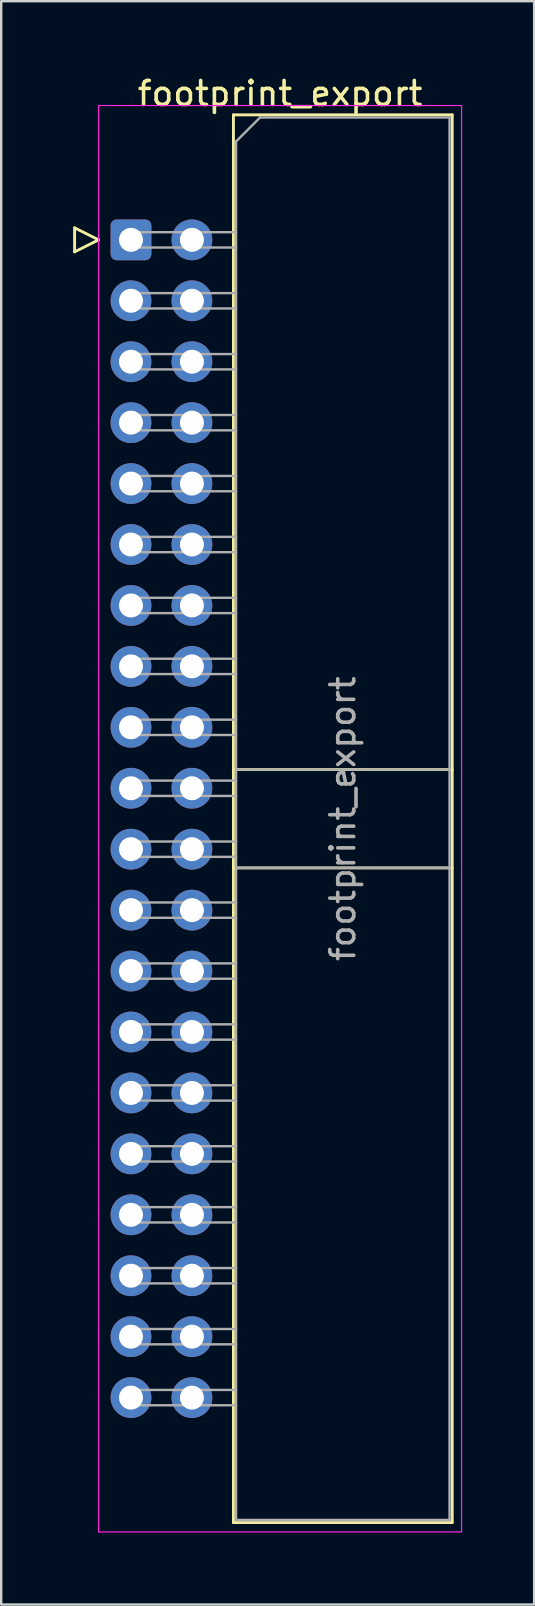
<source format=kicad_pcb>
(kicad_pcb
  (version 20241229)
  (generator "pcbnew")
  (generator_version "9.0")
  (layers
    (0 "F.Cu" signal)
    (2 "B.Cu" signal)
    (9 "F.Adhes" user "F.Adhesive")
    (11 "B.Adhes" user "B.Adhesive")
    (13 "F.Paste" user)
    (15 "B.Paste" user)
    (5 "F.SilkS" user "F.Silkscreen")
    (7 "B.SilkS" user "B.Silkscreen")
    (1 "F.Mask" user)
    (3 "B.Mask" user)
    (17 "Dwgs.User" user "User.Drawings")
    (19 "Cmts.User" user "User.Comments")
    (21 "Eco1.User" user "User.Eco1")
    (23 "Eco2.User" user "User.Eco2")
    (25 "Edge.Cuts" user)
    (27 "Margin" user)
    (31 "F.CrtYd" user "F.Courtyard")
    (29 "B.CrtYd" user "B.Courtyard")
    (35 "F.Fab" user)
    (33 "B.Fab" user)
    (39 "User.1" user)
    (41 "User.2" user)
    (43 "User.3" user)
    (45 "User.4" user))
  (footprint "footprint_export"
    (layer "F.Cu")
    (at 2.41 6.948)
    (property "Reference" "footprint_export" (at 6.215 -6.1 0) (layer "F.SilkS") (effects (font (size 1 1) (thickness 0.15))))
    (attr through_hole)
    (fp_line (start -2.35 -0.5) (end -2.35 0.5) (stroke (width 0.12) (type solid)) (layer "F.SilkS"))
    (fp_line (start -2.35 0.5) (end -1.35 0) (stroke (width 0.12) (type solid)) (layer "F.SilkS"))
    (fp_line (start -1.35 0) (end -2.35 -0.5) (stroke (width 0.12) (type solid)) (layer "F.SilkS"))
    (fp_line (start 4.27 -5.21) (end 13.39 -5.21) (stroke (width 0.12) (type solid)) (layer "F.SilkS"))
    (fp_line (start 4.27 22.08) (end 13.39 22.08) (stroke (width 0.12) (type solid)) (layer "F.SilkS"))
    (fp_line (start 4.27 26.18) (end 13.39 26.18) (stroke (width 0.12) (type solid)) (layer "F.SilkS"))
    (fp_line (start 4.27 53.47) (end 4.27 -5.21) (stroke (width 0.12) (type solid)) (layer "F.SilkS"))
    (fp_line (start 13.39 -5.21) (end 13.39 53.47) (stroke (width 0.12) (type solid)) (layer "F.SilkS"))
    (fp_line (start 13.39 53.47) (end 4.27 53.47) (stroke (width 0.12) (type solid)) (layer "F.SilkS"))
    (fp_line (start -1.35 -5.6) (end -1.35 53.86) (stroke (width 0.05) (type solid)) (layer "F.CrtYd"))
    (fp_line (start -1.35 53.86) (end 13.78 53.86) (stroke (width 0.05) (type solid)) (layer "F.CrtYd"))
    (fp_line (start 13.78 -5.6) (end -1.35 -5.6) (stroke (width 0.05) (type solid)) (layer "F.CrtYd"))
    (fp_line (start 13.78 53.86) (end 13.78 -5.6) (stroke (width 0.05) (type solid)) (layer "F.CrtYd"))
    (fp_line (start -0.32 -0.32) (end -0.32 0.32) (stroke (width 0.1) (type solid)) (layer "F.Fab"))
    (fp_line (start -0.32 0.32) (end 4.38 0.32) (stroke (width 0.1) (type solid)) (layer "F.Fab"))
    (fp_line (start -0.32 2.22) (end -0.32 2.86) (stroke (width 0.1) (type solid)) (layer "F.Fab"))
    (fp_line (start -0.32 2.86) (end 4.38 2.86) (stroke (width 0.1) (type solid)) (layer "F.Fab"))
    (fp_line (start -0.32 4.76) (end -0.32 5.4) (stroke (width 0.1) (type solid)) (layer "F.Fab"))
    (fp_line (start -0.32 5.4) (end 4.38 5.4) (stroke (width 0.1) (type solid)) (layer "F.Fab"))
    (fp_line (start -0.32 7.3) (end -0.32 7.94) (stroke (width 0.1) (type solid)) (layer "F.Fab"))
    (fp_line (start -0.32 7.94) (end 4.38 7.94) (stroke (width 0.1) (type solid)) (layer "F.Fab"))
    (fp_line (start -0.32 9.84) (end -0.32 10.48) (stroke (width 0.1) (type solid)) (layer "F.Fab"))
    (fp_line (start -0.32 10.48) (end 4.38 10.48) (stroke (width 0.1) (type solid)) (layer "F.Fab"))
    (fp_line (start -0.32 12.38) (end -0.32 13.02) (stroke (width 0.1) (type solid)) (layer "F.Fab"))
    (fp_line (start -0.32 13.02) (end 4.38 13.02) (stroke (width 0.1) (type solid)) (layer "F.Fab"))
    (fp_line (start -0.32 14.92) (end -0.32 15.56) (stroke (width 0.1) (type solid)) (layer "F.Fab"))
    (fp_line (start -0.32 15.56) (end 4.38 15.56) (stroke (width 0.1) (type solid)) (layer "F.Fab"))
    (fp_line (start -0.32 17.46) (end -0.32 18.1) (stroke (width 0.1) (type solid)) (layer "F.Fab"))
    (fp_line (start -0.32 18.1) (end 4.38 18.1) (stroke (width 0.1) (type solid)) (layer "F.Fab"))
    (fp_line (start -0.32 20) (end -0.32 20.64) (stroke (width 0.1) (type solid)) (layer "F.Fab"))
    (fp_line (start -0.32 20.64) (end 4.38 20.64) (stroke (width 0.1) (type solid)) (layer "F.Fab"))
    (fp_line (start -0.32 22.54) (end -0.32 23.18) (stroke (width 0.1) (type solid)) (layer "F.Fab"))
    (fp_line (start -0.32 23.18) (end 4.38 23.18) (stroke (width 0.1) (type solid)) (layer "F.Fab"))
    (fp_line (start -0.32 25.08) (end -0.32 25.72) (stroke (width 0.1) (type solid)) (layer "F.Fab"))
    (fp_line (start -0.32 25.72) (end 4.38 25.72) (stroke (width 0.1) (type solid)) (layer "F.Fab"))
    (fp_line (start -0.32 27.62) (end -0.32 28.26) (stroke (width 0.1) (type solid)) (layer "F.Fab"))
    (fp_line (start -0.32 28.26) (end 4.38 28.26) (stroke (width 0.1) (type solid)) (layer "F.Fab"))
    (fp_line (start -0.32 30.16) (end -0.32 30.8) (stroke (width 0.1) (type solid)) (layer "F.Fab"))
    (fp_line (start -0.32 30.8) (end 4.38 30.8) (stroke (width 0.1) (type solid)) (layer "F.Fab"))
    (fp_line (start -0.32 32.7) (end -0.32 33.34) (stroke (width 0.1) (type solid)) (layer "F.Fab"))
    (fp_line (start -0.32 33.34) (end 4.38 33.34) (stroke (width 0.1) (type solid)) (layer "F.Fab"))
    (fp_line (start -0.32 35.24) (end -0.32 35.88) (stroke (width 0.1) (type solid)) (layer "F.Fab"))
    (fp_line (start -0.32 35.88) (end 4.38 35.88) (stroke (width 0.1) (type solid)) (layer "F.Fab"))
    (fp_line (start -0.32 37.78) (end -0.32 38.42) (stroke (width 0.1) (type solid)) (layer "F.Fab"))
    (fp_line (start -0.32 38.42) (end 4.38 38.42) (stroke (width 0.1) (type solid)) (layer "F.Fab"))
    (fp_line (start -0.32 40.32) (end -0.32 40.96) (stroke (width 0.1) (type solid)) (layer "F.Fab"))
    (fp_line (start -0.32 40.96) (end 4.38 40.96) (stroke (width 0.1) (type solid)) (layer "F.Fab"))
    (fp_line (start -0.32 42.86) (end -0.32 43.5) (stroke (width 0.1) (type solid)) (layer "F.Fab"))
    (fp_line (start -0.32 43.5) (end 4.38 43.5) (stroke (width 0.1) (type solid)) (layer "F.Fab"))
    (fp_line (start -0.32 45.4) (end -0.32 46.04) (stroke (width 0.1) (type solid)) (layer "F.Fab"))
    (fp_line (start -0.32 46.04) (end 4.38 46.04) (stroke (width 0.1) (type solid)) (layer "F.Fab"))
    (fp_line (start -0.32 47.94) (end -0.32 48.58) (stroke (width 0.1) (type solid)) (layer "F.Fab"))
    (fp_line (start -0.32 48.58) (end 4.38 48.58) (stroke (width 0.1) (type solid)) (layer "F.Fab"))
    (fp_line (start 4.38 -4.1) (end 5.38 -5.1) (stroke (width 0.1) (type solid)) (layer "F.Fab"))
    (fp_line (start 4.38 -0.32) (end -0.32 -0.32) (stroke (width 0.1) (type solid)) (layer "F.Fab"))
    (fp_line (start 4.38 2.22) (end -0.32 2.22) (stroke (width 0.1) (type solid)) (layer "F.Fab"))
    (fp_line (start 4.38 4.76) (end -0.32 4.76) (stroke (width 0.1) (type solid)) (layer "F.Fab"))
    (fp_line (start 4.38 7.3) (end -0.32 7.3) (stroke (width 0.1) (type solid)) (layer "F.Fab"))
    (fp_line (start 4.38 9.84) (end -0.32 9.84) (stroke (width 0.1) (type solid)) (layer "F.Fab"))
    (fp_line (start 4.38 12.38) (end -0.32 12.38) (stroke (width 0.1) (type solid)) (layer "F.Fab"))
    (fp_line (start 4.38 14.92) (end -0.32 14.92) (stroke (width 0.1) (type solid)) (layer "F.Fab"))
    (fp_line (start 4.38 17.46) (end -0.32 17.46) (stroke (width 0.1) (type solid)) (layer "F.Fab"))
    (fp_line (start 4.38 20) (end -0.32 20) (stroke (width 0.1) (type solid)) (layer "F.Fab"))
    (fp_line (start 4.38 22.08) (end 13.28 22.08) (stroke (width 0.1) (type solid)) (layer "F.Fab"))
    (fp_line (start 4.38 22.54) (end -0.32 22.54) (stroke (width 0.1) (type solid)) (layer "F.Fab"))
    (fp_line (start 4.38 25.08) (end -0.32 25.08) (stroke (width 0.1) (type solid)) (layer "F.Fab"))
    (fp_line (start 4.38 26.18) (end 13.28 26.18) (stroke (width 0.1) (type solid)) (layer "F.Fab"))
    (fp_line (start 4.38 27.62) (end -0.32 27.62) (stroke (width 0.1) (type solid)) (layer "F.Fab"))
    (fp_line (start 4.38 30.16) (end -0.32 30.16) (stroke (width 0.1) (type solid)) (layer "F.Fab"))
    (fp_line (start 4.38 32.7) (end -0.32 32.7) (stroke (width 0.1) (type solid)) (layer "F.Fab"))
    (fp_line (start 4.38 35.24) (end -0.32 35.24) (stroke (width 0.1) (type solid)) (layer "F.Fab"))
    (fp_line (start 4.38 37.78) (end -0.32 37.78) (stroke (width 0.1) (type solid)) (layer "F.Fab"))
    (fp_line (start 4.38 40.32) (end -0.32 40.32) (stroke (width 0.1) (type solid)) (layer "F.Fab"))
    (fp_line (start 4.38 42.86) (end -0.32 42.86) (stroke (width 0.1) (type solid)) (layer "F.Fab"))
    (fp_line (start 4.38 45.4) (end -0.32 45.4) (stroke (width 0.1) (type solid)) (layer "F.Fab"))
    (fp_line (start 4.38 47.94) (end -0.32 47.94) (stroke (width 0.1) (type solid)) (layer "F.Fab"))
    (fp_line (start 4.38 53.36) (end 4.38 -4.1) (stroke (width 0.1) (type solid)) (layer "F.Fab"))
    (fp_line (start 5.38 -5.1) (end 13.28 -5.1) (stroke (width 0.1) (type solid)) (layer "F.Fab"))
    (fp_line (start 13.28 -5.1) (end 13.28 53.36) (stroke (width 0.1) (type solid)) (layer "F.Fab"))
    (fp_line (start 13.28 53.36) (end 4.38 53.36) (stroke (width 0.1) (type solid)) (layer "F.Fab"))
    (fp_text user "${REFERENCE}" (at 8.83 24.13 90) (layer "F.Fab") (effects (font (size 1 1) (thickness 0.15))))
    (pad "1" thru_hole roundrect (at 0 0) (size 1.7 1.7) (drill 1) (layers "*.Cu" "*.Mask") (roundrect_rratio 0.147))
    (pad "2" thru_hole circle (at 2.54 0) (size 1.7 1.7) (drill 1) (layers "*.Cu" "*.Mask"))
    (pad "3" thru_hole circle (at 0 2.54) (size 1.7 1.7) (drill 1) (layers "*.Cu" "*.Mask"))
    (pad "4" thru_hole circle (at 2.54 2.54) (size 1.7 1.7) (drill 1) (layers "*.Cu" "*.Mask"))
    (pad "5" thru_hole circle (at 0 5.08) (size 1.7 1.7) (drill 1) (layers "*.Cu" "*.Mask"))
    (pad "6" thru_hole circle (at 2.54 5.08) (size 1.7 1.7) (drill 1) (layers "*.Cu" "*.Mask"))
    (pad "7" thru_hole circle (at 0 7.62) (size 1.7 1.7) (drill 1) (layers "*.Cu" "*.Mask"))
    (pad "8" thru_hole circle (at 2.54 7.62) (size 1.7 1.7) (drill 1) (layers "*.Cu" "*.Mask"))
    (pad "9" thru_hole circle (at 0 10.16) (size 1.7 1.7) (drill 1) (layers "*.Cu" "*.Mask"))
    (pad "10" thru_hole circle (at 2.54 10.16) (size 1.7 1.7) (drill 1) (layers "*.Cu" "*.Mask"))
    (pad "11" thru_hole circle (at 0 12.7) (size 1.7 1.7) (drill 1) (layers "*.Cu" "*.Mask"))
    (pad "12" thru_hole circle (at 2.54 12.7) (size 1.7 1.7) (drill 1) (layers "*.Cu" "*.Mask"))
    (pad "13" thru_hole circle (at 0 15.24) (size 1.7 1.7) (drill 1) (layers "*.Cu" "*.Mask"))
    (pad "14" thru_hole circle (at 2.54 15.24) (size 1.7 1.7) (drill 1) (layers "*.Cu" "*.Mask"))
    (pad "15" thru_hole circle (at 0 17.78) (size 1.7 1.7) (drill 1) (layers "*.Cu" "*.Mask"))
    (pad "16" thru_hole circle (at 2.54 17.78) (size 1.7 1.7) (drill 1) (layers "*.Cu" "*.Mask"))
    (pad "17" thru_hole circle (at 0 20.32) (size 1.7 1.7) (drill 1) (layers "*.Cu" "*.Mask"))
    (pad "18" thru_hole circle (at 2.54 20.32) (size 1.7 1.7) (drill 1) (layers "*.Cu" "*.Mask"))
    (pad "19" thru_hole circle (at 0 22.86) (size 1.7 1.7) (drill 1) (layers "*.Cu" "*.Mask"))
    (pad "20" thru_hole circle (at 2.54 22.86) (size 1.7 1.7) (drill 1) (layers "*.Cu" "*.Mask"))
    (pad "21" thru_hole circle (at 0 25.4) (size 1.7 1.7) (drill 1) (layers "*.Cu" "*.Mask"))
    (pad "22" thru_hole circle (at 2.54 25.4) (size 1.7 1.7) (drill 1) (layers "*.Cu" "*.Mask"))
    (pad "23" thru_hole circle (at 0 27.94) (size 1.7 1.7) (drill 1) (layers "*.Cu" "*.Mask"))
    (pad "24" thru_hole circle (at 2.54 27.94) (size 1.7 1.7) (drill 1) (layers "*.Cu" "*.Mask"))
    (pad "25" thru_hole circle (at 0 30.48) (size 1.7 1.7) (drill 1) (layers "*.Cu" "*.Mask"))
    (pad "26" thru_hole circle (at 2.54 30.48) (size 1.7 1.7) (drill 1) (layers "*.Cu" "*.Mask"))
    (pad "27" thru_hole circle (at 0 33.02) (size 1.7 1.7) (drill 1) (layers "*.Cu" "*.Mask"))
    (pad "28" thru_hole circle (at 2.54 33.02) (size 1.7 1.7) (drill 1) (layers "*.Cu" "*.Mask"))
    (pad "29" thru_hole circle (at 0 35.56) (size 1.7 1.7) (drill 1) (layers "*.Cu" "*.Mask"))
    (pad "30" thru_hole circle (at 2.54 35.56) (size 1.7 1.7) (drill 1) (layers "*.Cu" "*.Mask"))
    (pad "31" thru_hole circle (at 0 38.1) (size 1.7 1.7) (drill 1) (layers "*.Cu" "*.Mask"))
    (pad "32" thru_hole circle (at 2.54 38.1) (size 1.7 1.7) (drill 1) (layers "*.Cu" "*.Mask"))
    (pad "33" thru_hole circle (at 0 40.64) (size 1.7 1.7) (drill 1) (layers "*.Cu" "*.Mask"))
    (pad "34" thru_hole circle (at 2.54 40.64) (size 1.7 1.7) (drill 1) (layers "*.Cu" "*.Mask"))
    (pad "35" thru_hole circle (at 0 43.18) (size 1.7 1.7) (drill 1) (layers "*.Cu" "*.Mask"))
    (pad "36" thru_hole circle (at 2.54 43.18) (size 1.7 1.7) (drill 1) (layers "*.Cu" "*.Mask"))
    (pad "37" thru_hole circle (at 0 45.72) (size 1.7 1.7) (drill 1) (layers "*.Cu" "*.Mask"))
    (pad "38" thru_hole circle (at 2.54 45.72) (size 1.7 1.7) (drill 1) (layers "*.Cu" "*.Mask"))
    (pad "39" thru_hole circle (at 0 48.26) (size 1.7 1.7) (drill 1) (layers "*.Cu" "*.Mask"))
    (pad "40" thru_hole circle (at 2.54 48.26) (size 1.7 1.7) (drill 1) (layers "*.Cu" "*.Mask")))
  (gr_rect
    (start -3 -3)
    (end 19.215 63.833)
    (stroke (width 0.1) (type default))
    (fill no)
    (layer "Edge.Cuts")))
</source>
